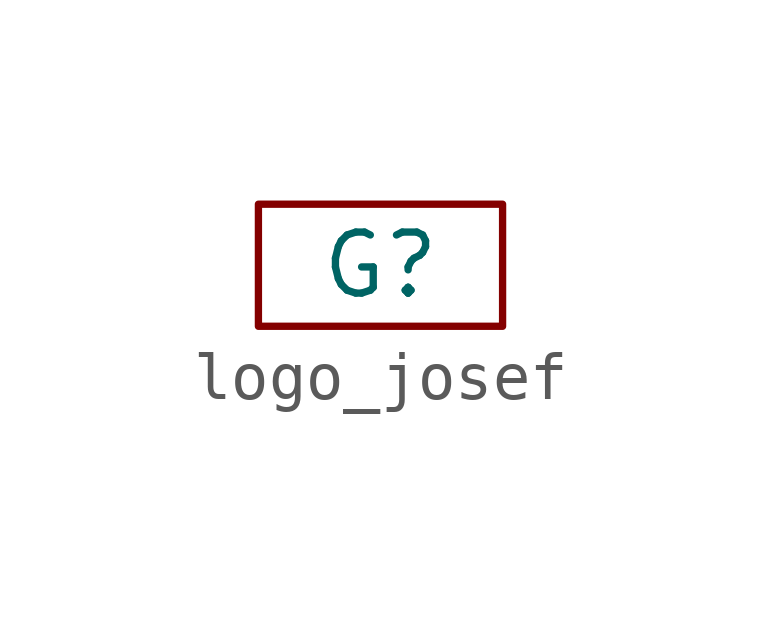
<source format=kicad_sym>
(kicad_symbol_lib
  (version 20220914)
  (generator kicad_symbol_editor)
  (symbol "logo_josef"
    (pin_numbers hide)
    (pin_names
      (offset 0))
    (property "Reference" "G"
      (at 0 0 0)
      (effects (font (size 1.27 1.27))))
    (property "Value" ""
      (at 0 0 0)
      (effects (font (size 1.27 1.27))))
    (symbol "logo_josef_0_1"
      (rectangle (start -2.54 1.27) (end 2.54 -1.27) (stroke (width 0) (type default)) (fill (type none))))))
</source>
